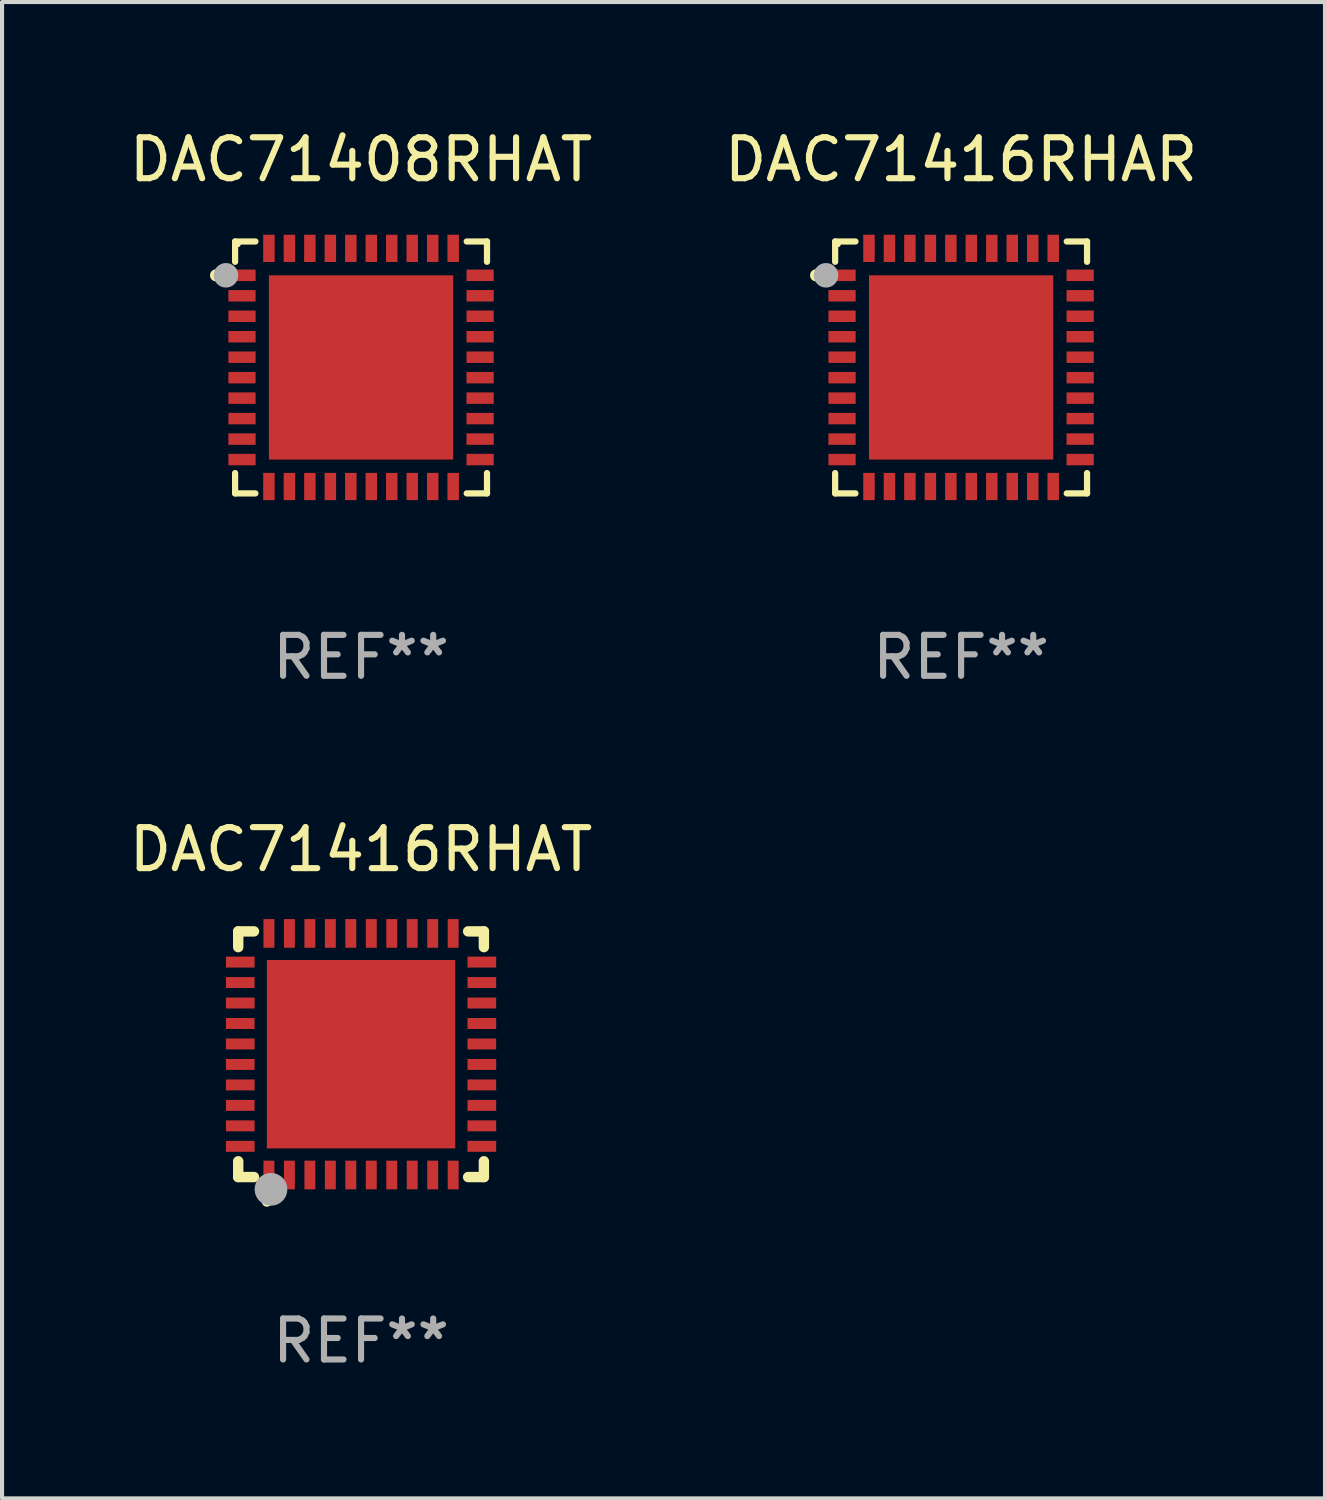
<source format=kicad_pcb>
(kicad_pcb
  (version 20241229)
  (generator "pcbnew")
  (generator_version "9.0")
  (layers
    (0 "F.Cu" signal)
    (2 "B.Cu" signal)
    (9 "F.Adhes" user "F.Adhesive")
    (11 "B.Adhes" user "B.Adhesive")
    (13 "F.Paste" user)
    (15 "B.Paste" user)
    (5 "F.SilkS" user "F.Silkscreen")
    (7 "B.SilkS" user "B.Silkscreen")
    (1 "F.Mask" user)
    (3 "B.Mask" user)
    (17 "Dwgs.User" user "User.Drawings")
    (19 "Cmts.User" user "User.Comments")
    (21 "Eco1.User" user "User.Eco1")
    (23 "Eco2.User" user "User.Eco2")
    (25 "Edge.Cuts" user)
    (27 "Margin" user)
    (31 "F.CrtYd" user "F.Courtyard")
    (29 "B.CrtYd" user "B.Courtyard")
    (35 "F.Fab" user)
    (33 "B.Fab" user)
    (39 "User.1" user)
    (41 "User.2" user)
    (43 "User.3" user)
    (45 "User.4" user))
  (footprint "DAC71416RHAR"
    (layer "F.Cu")
    (at 20.423 5.924)
    (property "Reference" "DAC71416RHAR" (at 0 -5.076 0) (layer "F.SilkS") (effects (font (size 1 1) (thickness 0.15))))
    (attr through_hole)
    (fp_line (start -3.076 -3.076) (end -3.076 -2.58) (stroke (width 0.152) (type solid)) (layer "F.SilkS"))
    (fp_line (start -3.076 3.076) (end -3.076 2.58) (stroke (width 0.152) (type solid)) (layer "F.SilkS"))
    (fp_line (start -2.58 -3.076) (end -3.076 -3.076) (stroke (width 0.152) (type solid)) (layer "F.SilkS"))
    (fp_line (start -2.58 3.076) (end -3.076 3.076) (stroke (width 0.152) (type solid)) (layer "F.SilkS"))
    (fp_line (start 2.58 -3.076) (end 3.076 -3.076) (stroke (width 0.152) (type solid)) (layer "F.SilkS"))
    (fp_line (start 2.58 3.076) (end 3.076 3.076) (stroke (width 0.152) (type solid)) (layer "F.SilkS"))
    (fp_line (start 3.076 -3.076) (end 3.076 -2.58) (stroke (width 0.152) (type solid)) (layer "F.SilkS"))
    (fp_line (start 3.076 3.076) (end 3.076 2.58) (stroke (width 0.152) (type solid)) (layer "F.SilkS"))
    (fp_circle (center -3.54 -2.25) (end -3.465 -2.25) (stroke (width 0.15) (type solid)) (fill no) (layer "F.SilkS"))
    (fp_circle (center -3 -3) (end -2.97 -3) (stroke (width 0.06) (type solid)) (fill no) (layer "F.SilkS"))
    (fp_circle (center -3.3 -2.25) (end -3.15 -2.25) (stroke (width 0.3) (type solid)) (fill no) (layer "F.Fab"))
    (fp_text user "REF**" (at 0 7.076 0) (layer "F.Fab") (effects (font (size 1 1) (thickness 0.15))))
    (pad "1" smd rect (at -2.908 -2.25) (size 0.665 0.28) (layers "F.Cu" "F.Mask" "F.Paste"))
    (pad "2" smd rect (at -2.908 -1.75) (size 0.665 0.28) (layers "F.Cu" "F.Mask" "F.Paste"))
    (pad "3" smd rect (at -2.908 -1.25) (size 0.665 0.28) (layers "F.Cu" "F.Mask" "F.Paste"))
    (pad "4" smd rect (at -2.908 -0.75) (size 0.665 0.28) (layers "F.Cu" "F.Mask" "F.Paste"))
    (pad "5" smd rect (at -2.908 -0.25) (size 0.665 0.28) (layers "F.Cu" "F.Mask" "F.Paste"))
    (pad "6" smd rect (at -2.908 0.25) (size 0.665 0.28) (layers "F.Cu" "F.Mask" "F.Paste"))
    (pad "7" smd rect (at -2.908 0.75) (size 0.665 0.28) (layers "F.Cu" "F.Mask" "F.Paste"))
    (pad "8" smd rect (at -2.908 1.25) (size 0.665 0.28) (layers "F.Cu" "F.Mask" "F.Paste"))
    (pad "9" smd rect (at -2.908 1.75) (size 0.665 0.28) (layers "F.Cu" "F.Mask" "F.Paste"))
    (pad "10" smd rect (at -2.908 2.25) (size 0.665 0.28) (layers "F.Cu" "F.Mask" "F.Paste"))
    (pad "11" smd rect (at -2.25 2.908) (size 0.28 0.665) (layers "F.Cu" "F.Mask" "F.Paste"))
    (pad "12" smd rect (at -1.75 2.908) (size 0.28 0.665) (layers "F.Cu" "F.Mask" "F.Paste"))
    (pad "13" smd rect (at -1.25 2.908) (size 0.28 0.665) (layers "F.Cu" "F.Mask" "F.Paste"))
    (pad "14" smd rect (at -0.75 2.908) (size 0.28 0.665) (layers "F.Cu" "F.Mask" "F.Paste"))
    (pad "15" smd rect (at -0.25 2.908) (size 0.28 0.665) (layers "F.Cu" "F.Mask" "F.Paste"))
    (pad "16" smd rect (at 0.25 2.908) (size 0.28 0.665) (layers "F.Cu" "F.Mask" "F.Paste"))
    (pad "17" smd rect (at 0.75 2.908) (size 0.28 0.665) (layers "F.Cu" "F.Mask" "F.Paste"))
    (pad "18" smd rect (at 1.25 2.908) (size 0.28 0.665) (layers "F.Cu" "F.Mask" "F.Paste"))
    (pad "19" smd rect (at 1.75 2.908) (size 0.28 0.665) (layers "F.Cu" "F.Mask" "F.Paste"))
    (pad "20" smd rect (at 2.25 2.908) (size 0.28 0.665) (layers "F.Cu" "F.Mask" "F.Paste"))
    (pad "21" smd rect (at 2.908 2.25) (size 0.665 0.28) (layers "F.Cu" "F.Mask" "F.Paste"))
    (pad "22" smd rect (at 2.908 1.75) (size 0.665 0.28) (layers "F.Cu" "F.Mask" "F.Paste"))
    (pad "23" smd rect (at 2.908 1.25) (size 0.665 0.28) (layers "F.Cu" "F.Mask" "F.Paste"))
    (pad "24" smd rect (at 2.908 0.75) (size 0.665 0.28) (layers "F.Cu" "F.Mask" "F.Paste"))
    (pad "25" smd rect (at 2.908 0.25) (size 0.665 0.28) (layers "F.Cu" "F.Mask" "F.Paste"))
    (pad "26" smd rect (at 2.908 -0.25) (size 0.665 0.28) (layers "F.Cu" "F.Mask" "F.Paste"))
    (pad "27" smd rect (at 2.908 -0.75) (size 0.665 0.28) (layers "F.Cu" "F.Mask" "F.Paste"))
    (pad "28" smd rect (at 2.908 -1.25) (size 0.665 0.28) (layers "F.Cu" "F.Mask" "F.Paste"))
    (pad "29" smd rect (at 2.908 -1.75) (size 0.665 0.28) (layers "F.Cu" "F.Mask" "F.Paste"))
    (pad "30" smd rect (at 2.908 -2.25) (size 0.665 0.28) (layers "F.Cu" "F.Mask" "F.Paste"))
    (pad "31" smd rect (at 2.25 -2.908) (size 0.28 0.665) (layers "F.Cu" "F.Mask" "F.Paste"))
    (pad "32" smd rect (at 1.75 -2.908) (size 0.28 0.665) (layers "F.Cu" "F.Mask" "F.Paste"))
    (pad "33" smd rect (at 1.25 -2.908) (size 0.28 0.665) (layers "F.Cu" "F.Mask" "F.Paste"))
    (pad "34" smd rect (at 0.75 -2.908) (size 0.28 0.665) (layers "F.Cu" "F.Mask" "F.Paste"))
    (pad "35" smd rect (at 0.25 -2.908) (size 0.28 0.665) (layers "F.Cu" "F.Mask" "F.Paste"))
    (pad "36" smd rect (at -0.25 -2.908) (size 0.28 0.665) (layers "F.Cu" "F.Mask" "F.Paste"))
    (pad "37" smd rect (at -0.75 -2.908) (size 0.28 0.665) (layers "F.Cu" "F.Mask" "F.Paste"))
    (pad "38" smd rect (at -1.25 -2.908) (size 0.28 0.665) (layers "F.Cu" "F.Mask" "F.Paste"))
    (pad "39" smd rect (at -1.75 -2.908) (size 0.28 0.665) (layers "F.Cu" "F.Mask" "F.Paste"))
    (pad "40" smd rect (at -2.25 -2.908) (size 0.28 0.665) (layers "F.Cu" "F.Mask" "F.Paste"))
    (pad "41" smd rect (at 0 0) (size 4.5 4.5) (layers "F.Cu" "F.Mask" "F.Paste")))
  (footprint "DAC71408RHAT"
    (layer "F.Cu")
    (at 5.768 5.924)
    (property "Reference" "DAC71408RHAT" (at 0 -5.076 0) (layer "F.SilkS") (effects (font (size 1 1) (thickness 0.15))))
    (attr through_hole)
    (fp_line (start -3.076 -3.076) (end -3.076 -2.58) (stroke (width 0.152) (type solid)) (layer "F.SilkS"))
    (fp_line (start -3.076 3.076) (end -3.076 2.58) (stroke (width 0.152) (type solid)) (layer "F.SilkS"))
    (fp_line (start -2.58 -3.076) (end -3.076 -3.076) (stroke (width 0.152) (type solid)) (layer "F.SilkS"))
    (fp_line (start -2.58 3.076) (end -3.076 3.076) (stroke (width 0.152) (type solid)) (layer "F.SilkS"))
    (fp_line (start 2.58 -3.076) (end 3.076 -3.076) (stroke (width 0.152) (type solid)) (layer "F.SilkS"))
    (fp_line (start 2.58 3.076) (end 3.076 3.076) (stroke (width 0.152) (type solid)) (layer "F.SilkS"))
    (fp_line (start 3.076 -3.076) (end 3.076 -2.58) (stroke (width 0.152) (type solid)) (layer "F.SilkS"))
    (fp_line (start 3.076 3.076) (end 3.076 2.58) (stroke (width 0.152) (type solid)) (layer "F.SilkS"))
    (fp_circle (center -3.54 -2.25) (end -3.465 -2.25) (stroke (width 0.15) (type solid)) (fill no) (layer "F.SilkS"))
    (fp_circle (center -3 -3) (end -2.97 -3) (stroke (width 0.06) (type solid)) (fill no) (layer "F.SilkS"))
    (fp_circle (center -3.3 -2.25) (end -3.15 -2.25) (stroke (width 0.3) (type solid)) (fill no) (layer "F.Fab"))
    (fp_text user "REF**" (at 0 7.076 0) (layer "F.Fab") (effects (font (size 1 1) (thickness 0.15))))
    (pad "1" smd rect (at -2.908 -2.25) (size 0.665 0.28) (layers "F.Cu" "F.Mask" "F.Paste"))
    (pad "2" smd rect (at -2.908 -1.75) (size 0.665 0.28) (layers "F.Cu" "F.Mask" "F.Paste"))
    (pad "3" smd rect (at -2.908 -1.25) (size 0.665 0.28) (layers "F.Cu" "F.Mask" "F.Paste"))
    (pad "4" smd rect (at -2.908 -0.75) (size 0.665 0.28) (layers "F.Cu" "F.Mask" "F.Paste"))
    (pad "5" smd rect (at -2.908 -0.25) (size 0.665 0.28) (layers "F.Cu" "F.Mask" "F.Paste"))
    (pad "6" smd rect (at -2.908 0.25) (size 0.665 0.28) (layers "F.Cu" "F.Mask" "F.Paste"))
    (pad "7" smd rect (at -2.908 0.75) (size 0.665 0.28) (layers "F.Cu" "F.Mask" "F.Paste"))
    (pad "8" smd rect (at -2.908 1.25) (size 0.665 0.28) (layers "F.Cu" "F.Mask" "F.Paste"))
    (pad "9" smd rect (at -2.908 1.75) (size 0.665 0.28) (layers "F.Cu" "F.Mask" "F.Paste"))
    (pad "10" smd rect (at -2.908 2.25) (size 0.665 0.28) (layers "F.Cu" "F.Mask" "F.Paste"))
    (pad "11" smd rect (at -2.25 2.908) (size 0.28 0.665) (layers "F.Cu" "F.Mask" "F.Paste"))
    (pad "12" smd rect (at -1.75 2.908) (size 0.28 0.665) (layers "F.Cu" "F.Mask" "F.Paste"))
    (pad "13" smd rect (at -1.25 2.908) (size 0.28 0.665) (layers "F.Cu" "F.Mask" "F.Paste"))
    (pad "14" smd rect (at -0.75 2.908) (size 0.28 0.665) (layers "F.Cu" "F.Mask" "F.Paste"))
    (pad "15" smd rect (at -0.25 2.908) (size 0.28 0.665) (layers "F.Cu" "F.Mask" "F.Paste"))
    (pad "16" smd rect (at 0.25 2.908) (size 0.28 0.665) (layers "F.Cu" "F.Mask" "F.Paste"))
    (pad "17" smd rect (at 0.75 2.908) (size 0.28 0.665) (layers "F.Cu" "F.Mask" "F.Paste"))
    (pad "18" smd rect (at 1.25 2.908) (size 0.28 0.665) (layers "F.Cu" "F.Mask" "F.Paste"))
    (pad "19" smd rect (at 1.75 2.908) (size 0.28 0.665) (layers "F.Cu" "F.Mask" "F.Paste"))
    (pad "20" smd rect (at 2.25 2.908) (size 0.28 0.665) (layers "F.Cu" "F.Mask" "F.Paste"))
    (pad "21" smd rect (at 2.908 2.25) (size 0.665 0.28) (layers "F.Cu" "F.Mask" "F.Paste"))
    (pad "22" smd rect (at 2.908 1.75) (size 0.665 0.28) (layers "F.Cu" "F.Mask" "F.Paste"))
    (pad "23" smd rect (at 2.908 1.25) (size 0.665 0.28) (layers "F.Cu" "F.Mask" "F.Paste"))
    (pad "24" smd rect (at 2.908 0.75) (size 0.665 0.28) (layers "F.Cu" "F.Mask" "F.Paste"))
    (pad "25" smd rect (at 2.908 0.25) (size 0.665 0.28) (layers "F.Cu" "F.Mask" "F.Paste"))
    (pad "26" smd rect (at 2.908 -0.25) (size 0.665 0.28) (layers "F.Cu" "F.Mask" "F.Paste"))
    (pad "27" smd rect (at 2.908 -0.75) (size 0.665 0.28) (layers "F.Cu" "F.Mask" "F.Paste"))
    (pad "28" smd rect (at 2.908 -1.25) (size 0.665 0.28) (layers "F.Cu" "F.Mask" "F.Paste"))
    (pad "29" smd rect (at 2.908 -1.75) (size 0.665 0.28) (layers "F.Cu" "F.Mask" "F.Paste"))
    (pad "30" smd rect (at 2.908 -2.25) (size 0.665 0.28) (layers "F.Cu" "F.Mask" "F.Paste"))
    (pad "31" smd rect (at 2.25 -2.908) (size 0.28 0.665) (layers "F.Cu" "F.Mask" "F.Paste"))
    (pad "32" smd rect (at 1.75 -2.908) (size 0.28 0.665) (layers "F.Cu" "F.Mask" "F.Paste"))
    (pad "33" smd rect (at 1.25 -2.908) (size 0.28 0.665) (layers "F.Cu" "F.Mask" "F.Paste"))
    (pad "34" smd rect (at 0.75 -2.908) (size 0.28 0.665) (layers "F.Cu" "F.Mask" "F.Paste"))
    (pad "35" smd rect (at 0.25 -2.908) (size 0.28 0.665) (layers "F.Cu" "F.Mask" "F.Paste"))
    (pad "36" smd rect (at -0.25 -2.908) (size 0.28 0.665) (layers "F.Cu" "F.Mask" "F.Paste"))
    (pad "37" smd rect (at -0.75 -2.908) (size 0.28 0.665) (layers "F.Cu" "F.Mask" "F.Paste"))
    (pad "38" smd rect (at -1.25 -2.908) (size 0.28 0.665) (layers "F.Cu" "F.Mask" "F.Paste"))
    (pad "39" smd rect (at -1.75 -2.908) (size 0.28 0.665) (layers "F.Cu" "F.Mask" "F.Paste"))
    (pad "40" smd rect (at -2.25 -2.908) (size 0.28 0.665) (layers "F.Cu" "F.Mask" "F.Paste"))
    (pad "41" smd rect (at 0 0) (size 4.5 4.5) (layers "F.Cu" "F.Mask" "F.Paste")))
  (footprint "DAC71416RHAT"
    (layer "F.Cu")
    (at 5.768 22.697)
    (property "Reference" "DAC71416RHAT" (at 0 -5 0) (layer "F.SilkS") (effects (font (size 1 1) (thickness 0.15))))
    (attr through_hole)
    (fp_line (start -3 -3) (end -2.615 -3) (stroke (width 0.254) (type solid)) (layer "F.SilkS"))
    (fp_line (start -3 -2.615) (end -3 -3) (stroke (width 0.254) (type solid)) (layer "F.SilkS"))
    (fp_line (start -3 3) (end -3 2.615) (stroke (width 0.254) (type solid)) (layer "F.SilkS"))
    (fp_line (start -2.615 3) (end -3 3) (stroke (width 0.254) (type solid)) (layer "F.SilkS"))
    (fp_line (start 2.615 -3) (end 3 -3) (stroke (width 0.254) (type solid)) (layer "F.SilkS"))
    (fp_line (start 3 -3) (end 3 -2.615) (stroke (width 0.254) (type solid)) (layer "F.SilkS"))
    (fp_line (start 3 2.615) (end 3 3) (stroke (width 0.254) (type solid)) (layer "F.SilkS"))
    (fp_line (start 3 3) (end 2.615 3) (stroke (width 0.254) (type solid)) (layer "F.SilkS"))
    (fp_arc (start -2.3 3.6) (mid -2.29873 3.599994) (end -2.29746 3.6) (stroke (width 0.24892) (type solid)) (layer "F.SilkS"))
    (fp_circle (center -3 3) (end -2.97 3) (stroke (width 0.06) (type solid)) (fill no) (layer "F.SilkS"))
    (fp_circle (center -2.2 3.3) (end -2 3.3) (stroke (width 0.4) (type solid)) (fill no) (layer "F.Fab"))
    (fp_text user "REF**" (at 0 7 0) (layer "F.Fab") (effects (font (size 1 1) (thickness 0.15))))
    (pad "1" smd rect (at -2.25 2.95) (size 0.267 0.7) (layers "F.Cu" "F.Mask" "F.Paste"))
    (pad "2" smd rect (at -1.75 2.95) (size 0.267 0.7) (layers "F.Cu" "F.Mask" "F.Paste"))
    (pad "3" smd rect (at -1.25 2.95) (size 0.267 0.7) (layers "F.Cu" "F.Mask" "F.Paste"))
    (pad "4" smd rect (at -0.75 2.95) (size 0.267 0.7) (layers "F.Cu" "F.Mask" "F.Paste"))
    (pad "5" smd rect (at -0.25 2.95) (size 0.267 0.7) (layers "F.Cu" "F.Mask" "F.Paste"))
    (pad "6" smd rect (at 0.25 2.95) (size 0.267 0.7) (layers "F.Cu" "F.Mask" "F.Paste"))
    (pad "7" smd rect (at 0.75 2.95) (size 0.267 0.7) (layers "F.Cu" "F.Mask" "F.Paste"))
    (pad "8" smd rect (at 1.25 2.95) (size 0.267 0.7) (layers "F.Cu" "F.Mask" "F.Paste"))
    (pad "9" smd rect (at 1.75 2.95) (size 0.267 0.7) (layers "F.Cu" "F.Mask" "F.Paste"))
    (pad "10" smd rect (at 2.25 2.95) (size 0.267 0.7) (layers "F.Cu" "F.Mask" "F.Paste"))
    (pad "11" smd rect (at 2.95 2.25) (size 0.7 0.267) (layers "F.Cu" "F.Mask" "F.Paste"))
    (pad "12" smd rect (at 2.95 1.75) (size 0.7 0.267) (layers "F.Cu" "F.Mask" "F.Paste"))
    (pad "13" smd rect (at 2.95 1.25) (size 0.7 0.267) (layers "F.Cu" "F.Mask" "F.Paste"))
    (pad "14" smd rect (at 2.95 0.75) (size 0.7 0.267) (layers "F.Cu" "F.Mask" "F.Paste"))
    (pad "15" smd rect (at 2.95 0.25) (size 0.7 0.267) (layers "F.Cu" "F.Mask" "F.Paste"))
    (pad "16" smd rect (at 2.95 -0.25) (size 0.7 0.267) (layers "F.Cu" "F.Mask" "F.Paste"))
    (pad "17" smd rect (at 2.95 -0.75) (size 0.7 0.267) (layers "F.Cu" "F.Mask" "F.Paste"))
    (pad "18" smd rect (at 2.95 -1.25) (size 0.7 0.267) (layers "F.Cu" "F.Mask" "F.Paste"))
    (pad "19" smd rect (at 2.95 -1.75) (size 0.7 0.267) (layers "F.Cu" "F.Mask" "F.Paste"))
    (pad "20" smd rect (at 2.95 -2.25) (size 0.7 0.267) (layers "F.Cu" "F.Mask" "F.Paste"))
    (pad "21" smd rect (at 2.25 -2.95) (size 0.267 0.7) (layers "F.Cu" "F.Mask" "F.Paste"))
    (pad "22" smd rect (at 1.75 -2.95) (size 0.267 0.7) (layers "F.Cu" "F.Mask" "F.Paste"))
    (pad "23" smd rect (at 1.25 -2.95) (size 0.267 0.7) (layers "F.Cu" "F.Mask" "F.Paste"))
    (pad "24" smd rect (at 0.75 -2.95) (size 0.267 0.7) (layers "F.Cu" "F.Mask" "F.Paste"))
    (pad "25" smd rect (at 0.25 -2.95) (size 0.267 0.7) (layers "F.Cu" "F.Mask" "F.Paste"))
    (pad "26" smd rect (at -0.25 -2.95) (size 0.267 0.7) (layers "F.Cu" "F.Mask" "F.Paste"))
    (pad "27" smd rect (at -0.75 -2.95) (size 0.267 0.7) (layers "F.Cu" "F.Mask" "F.Paste"))
    (pad "28" smd rect (at -1.25 -2.95) (size 0.267 0.7) (layers "F.Cu" "F.Mask" "F.Paste"))
    (pad "29" smd rect (at -1.75 -2.95) (size 0.267 0.7) (layers "F.Cu" "F.Mask" "F.Paste"))
    (pad "30" smd rect (at -2.25 -2.95) (size 0.267 0.7) (layers "F.Cu" "F.Mask" "F.Paste"))
    (pad "31" smd rect (at -2.95 -2.25) (size 0.7 0.267) (layers "F.Cu" "F.Mask" "F.Paste"))
    (pad "32" smd rect (at -2.95 -1.75) (size 0.7 0.267) (layers "F.Cu" "F.Mask" "F.Paste"))
    (pad "33" smd rect (at -2.95 -1.25) (size 0.7 0.267) (layers "F.Cu" "F.Mask" "F.Paste"))
    (pad "34" smd rect (at -2.95 -0.75) (size 0.7 0.267) (layers "F.Cu" "F.Mask" "F.Paste"))
    (pad "35" smd rect (at -2.95 -0.25) (size 0.7 0.267) (layers "F.Cu" "F.Mask" "F.Paste"))
    (pad "36" smd rect (at -2.95 0.25) (size 0.7 0.267) (layers "F.Cu" "F.Mask" "F.Paste"))
    (pad "37" smd rect (at -2.95 0.75) (size 0.7 0.267) (layers "F.Cu" "F.Mask" "F.Paste"))
    (pad "38" smd rect (at -2.95 1.25) (size 0.7 0.267) (layers "F.Cu" "F.Mask" "F.Paste"))
    (pad "39" smd rect (at -2.95 1.75) (size 0.7 0.267) (layers "F.Cu" "F.Mask" "F.Paste"))
    (pad "40" smd rect (at -2.95 2.25) (size 0.7 0.267) (layers "F.Cu" "F.Mask" "F.Paste"))
    (pad "41" smd rect (at 0.000102 0.000102) (size 4.6 4.6) (layers "F.Cu" "F.Mask" "F.Paste")))
  (gr_rect
    (start -3 -3)
    (end 29.31 33.545)
    (stroke (width 0.1) (type default))
    (fill no)
    (layer "Edge.Cuts")))
</source>
